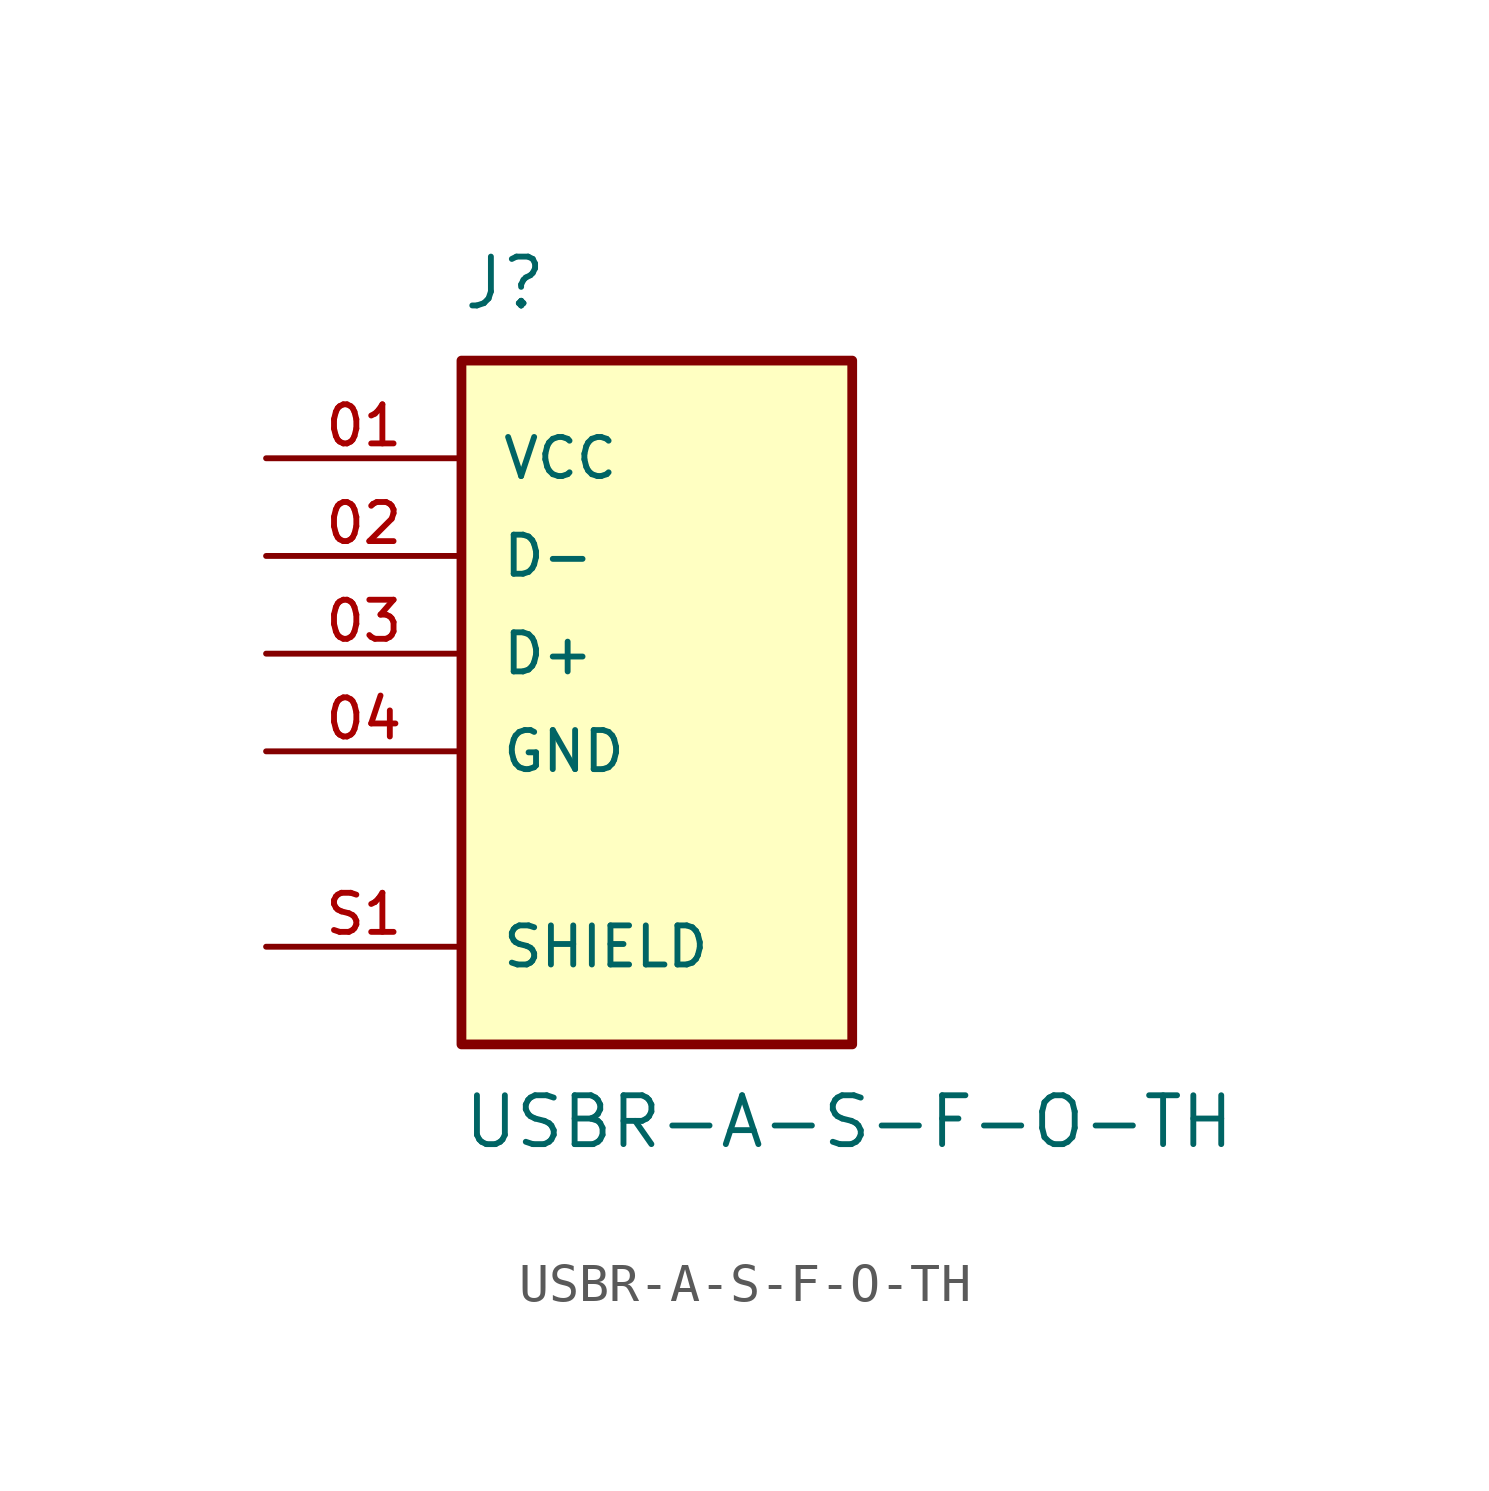
<source format=kicad_sym>
(kicad_symbol_lib
  (version 20211014)
  (generator kicad_symbol_editor)
  (symbol "USBR-A-S-F-O-TH"
    (pin_names
      (offset 1.016))
    (property "Reference" "J"
      (at -5.08 8.89 0)
      (effects (font (size 1.27 1.27)) (justify bottom left)))
    (property "Value" "USBR-A-S-F-O-TH"
      (at -5.08 -11.43 0)
      (effects (font (size 1.27 1.27)) (justify top left)))
    (symbol "USBR-A-S-F-O-TH_0_0"
      (rectangle (start -5.08 -10.16) (end 5.08 7.62) (stroke (width 0.254)) (fill (type background)))
      (pin power_in line (at -10.16 5.08 0) (length 5.08) (name "VCC" (effects (font (size 1.016 1.016)))) (number "01" (effects (font (size 1.016 1.016)))))
      (pin bidirectional line (at -10.16 2.54 0) (length 5.08) (name "D-" (effects (font (size 1.016 1.016)))) (number "02" (effects (font (size 1.016 1.016)))))
      (pin bidirectional line (at -10.16 0.0 0) (length 5.08) (name "D+" (effects (font (size 1.016 1.016)))) (number "03" (effects (font (size 1.016 1.016)))))
      (pin power_in line (at -10.16 -2.54 0) (length 5.08) (name "GND" (effects (font (size 1.016 1.016)))) (number "04" (effects (font (size 1.016 1.016)))))
      (pin passive line (at -10.16 -7.62 0) (length 5.08) (name "SHIELD" (effects (font (size 1.016 1.016)))) (number "S1" (effects (font (size 1.016 1.016)))))
      (pin passive line (at -10.16 -7.62 0) (length 5.08) hide (name "SHIELD" (effects (font (size 1.016 1.016)))) (number "S2" (effects (font (size 1.016 1.016))))))))
</source>
